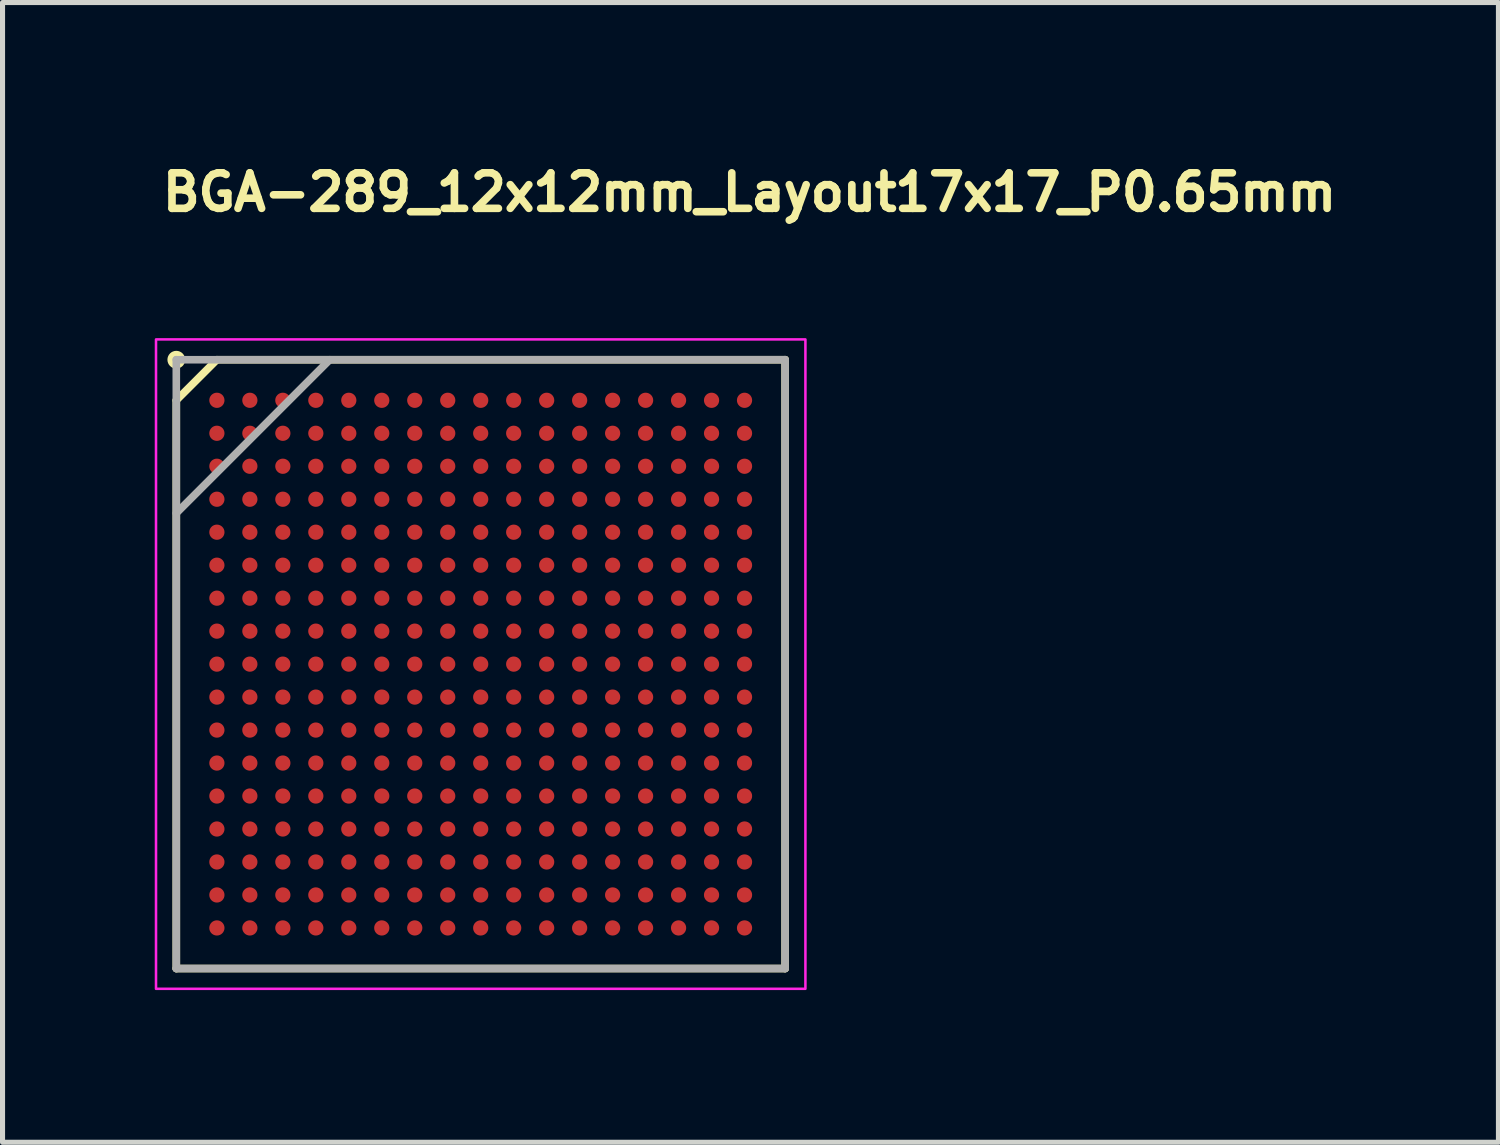
<source format=kicad_pcb>
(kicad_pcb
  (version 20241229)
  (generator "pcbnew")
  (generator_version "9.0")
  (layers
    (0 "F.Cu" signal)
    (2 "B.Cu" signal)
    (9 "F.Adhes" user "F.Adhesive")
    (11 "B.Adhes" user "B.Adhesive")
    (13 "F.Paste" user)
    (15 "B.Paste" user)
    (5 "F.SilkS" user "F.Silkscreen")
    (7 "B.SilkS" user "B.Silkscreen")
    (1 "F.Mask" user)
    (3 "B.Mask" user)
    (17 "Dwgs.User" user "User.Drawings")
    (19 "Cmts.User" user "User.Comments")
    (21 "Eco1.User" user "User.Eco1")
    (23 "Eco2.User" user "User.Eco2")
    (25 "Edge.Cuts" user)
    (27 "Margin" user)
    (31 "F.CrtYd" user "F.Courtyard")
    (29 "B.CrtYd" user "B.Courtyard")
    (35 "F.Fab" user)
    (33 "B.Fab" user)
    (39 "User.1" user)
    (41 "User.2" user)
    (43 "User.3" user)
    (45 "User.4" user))
  (footprint "BGA-289_12x12mm_Layout17x17_P0.65mm"
    (layer "F.Cu")
    (at 6.425 10.04)
    (property "Reference" "BGA-289_12x12mm_Layout17x17_P0.65mm" (at -6.35 -8.89 0) (layer "F.SilkS") (effects (font (size 0.7 0.7) (thickness 0.15)) (justify left bottom)))
    (attr smd)
    (fp_line (start -6 -5.2) (end -5.2 -6) (stroke (width 0.15) (type solid)) (layer "F.SilkS"))
    (fp_line (start -6 6) (end -6 -5.2) (stroke (width 0.15) (type solid)) (layer "F.SilkS"))
    (fp_line (start -5.2 -6) (end 6 -6) (stroke (width 0.15) (type solid)) (layer "F.SilkS"))
    (fp_line (start 6 -6) (end 6 6) (stroke (width 0.15) (type solid)) (layer "F.SilkS"))
    (fp_line (start 6 6) (end -6 6) (stroke (width 0.15) (type solid)) (layer "F.SilkS"))
    (fp_circle (center -6 -6) (end -5.9 -6) (stroke (width 0.15) (type solid)) (fill yes) (layer "F.SilkS"))
    (fp_rect (start -6.4 -6.4) (end 6.4 6.4) (stroke (width 0.05) (type solid)) (fill no) (layer "F.CrtYd"))
    (fp_line (start -6 -6) (end 6 -6) (stroke (width 0.15) (type solid)) (layer "F.Fab"))
    (fp_line (start -6 -2.975) (end -2.975 -6) (stroke (width 0.15) (type solid)) (layer "F.Fab"))
    (fp_line (start -6 6) (end -6 -6) (stroke (width 0.15) (type solid)) (layer "F.Fab"))
    (fp_line (start 6 -6) (end 6 6) (stroke (width 0.15) (type solid)) (layer "F.Fab"))
    (fp_line (start 6 6) (end -6 6) (stroke (width 0.15) (type solid)) (layer "F.Fab"))
    (fp_rect (start -6 -6) (end 6 6) (stroke (width 0.1) (type solid)) (fill no) (layer "User.5"))
    (fp_line (start -6 -6) (end 6 -6) (stroke (width 0.02) (type solid)) (layer "User.9"))
    (fp_line (start -6 6) (end -6 -6) (stroke (width 0.02) (type solid)) (layer "User.9"))
    (fp_line (start -6 6) (end 6 6) (stroke (width 0.02) (type solid)) (layer "User.9"))
    (fp_line (start -5.249 -4.539) (end -5.249 -4.461) (stroke (width 0.02) (type solid)) (layer "User.9"))
    (fp_line (start -5.249 -4.461) (end -5.241 -4.385) (stroke (width 0.02) (type solid)) (layer "User.9"))
    (fp_line (start -5.241 -4.615) (end -5.249 -4.539) (stroke (width 0.02) (type solid)) (layer "User.9"))
    (fp_line (start -5.241 -4.385) (end -5.225 -4.309) (stroke (width 0.02) (type solid)) (layer "User.9"))
    (fp_line (start -5.225 -4.691) (end -5.241 -4.615) (stroke (width 0.02) (type solid)) (layer "User.9"))
    (fp_line (start -5.225 -4.309) (end -5.202 -4.235) (stroke (width 0.02) (type solid)) (layer "User.9"))
    (fp_line (start -5.202 -4.765) (end -5.225 -4.691) (stroke (width 0.02) (type solid)) (layer "User.9"))
    (fp_line (start -5.202 -4.235) (end -5.171 -4.165) (stroke (width 0.02) (type solid)) (layer "User.9"))
    (fp_line (start -5.171 -4.835) (end -5.202 -4.765) (stroke (width 0.02) (type solid)) (layer "User.9"))
    (fp_line (start -5.171 -4.165) (end -5.133 -4.097) (stroke (width 0.02) (type solid)) (layer "User.9"))
    (fp_line (start -5.133 -4.903) (end -5.171 -4.835) (stroke (width 0.02) (type solid)) (layer "User.9"))
    (fp_line (start -5.133 -4.097) (end -5.088 -4.035) (stroke (width 0.02) (type solid)) (layer "User.9"))
    (fp_line (start -5.088 -4.965) (end -5.133 -4.903) (stroke (width 0.02) (type solid)) (layer "User.9"))
    (fp_line (start -5.088 -4.035) (end -5.037 -3.977) (stroke (width 0.02) (type solid)) (layer "User.9"))
    (fp_line (start -5.037 -5.023) (end -5.088 -4.965) (stroke (width 0.02) (type solid)) (layer "User.9"))
    (fp_line (start -5.037 -3.977) (end -4.98 -3.924) (stroke (width 0.02) (type solid)) (layer "User.9"))
    (fp_line (start -4.98 -5.076) (end -5.037 -5.023) (stroke (width 0.02) (type solid)) (layer "User.9"))
    (fp_line (start -4.98 -3.924) (end -4.919 -3.878) (stroke (width 0.02) (type solid)) (layer "User.9"))
    (fp_line (start -4.919 -5.122) (end -4.98 -5.076) (stroke (width 0.02) (type solid)) (layer "User.9"))
    (fp_line (start -4.919 -3.878) (end -4.852 -3.838) (stroke (width 0.02) (type solid)) (layer "User.9"))
    (fp_line (start -4.852 -5.162) (end -4.919 -5.122) (stroke (width 0.02) (type solid)) (layer "User.9"))
    (fp_line (start -4.852 -3.838) (end -4.783 -3.805) (stroke (width 0.02) (type solid)) (layer "User.9"))
    (fp_line (start -4.783 -5.195) (end -4.852 -5.162) (stroke (width 0.02) (type solid)) (layer "User.9"))
    (fp_line (start -4.783 -3.805) (end -4.71 -3.78) (stroke (width 0.02) (type solid)) (layer "User.9"))
    (fp_line (start -4.71 -5.22) (end -4.783 -5.195) (stroke (width 0.02) (type solid)) (layer "User.9"))
    (fp_line (start -4.71 -3.78) (end -4.634 -3.762) (stroke (width 0.02) (type solid)) (layer "User.9"))
    (fp_line (start -4.634 -5.238) (end -4.71 -5.22) (stroke (width 0.02) (type solid)) (layer "User.9"))
    (fp_line (start -4.634 -3.762) (end -4.558 -3.752) (stroke (width 0.02) (type solid)) (layer "User.9"))
    (fp_line (start -4.558 -5.248) (end -4.634 -5.238) (stroke (width 0.02) (type solid)) (layer "User.9"))
    (fp_line (start -4.558 -3.752) (end -4.481 -3.75) (stroke (width 0.02) (type solid)) (layer "User.9"))
    (fp_line (start -4.481 -5.25) (end -4.558 -5.248) (stroke (width 0.02) (type solid)) (layer "User.9"))
    (fp_line (start -4.481 -3.75) (end -4.404 -3.756) (stroke (width 0.02) (type solid)) (layer "User.9"))
    (fp_line (start -4.404 -5.244) (end -4.481 -5.25) (stroke (width 0.02) (type solid)) (layer "User.9"))
    (fp_line (start -4.404 -3.756) (end -4.328 -3.77) (stroke (width 0.02) (type solid)) (layer "User.9"))
    (fp_line (start -4.328 -5.23) (end -4.404 -5.244) (stroke (width 0.02) (type solid)) (layer "User.9"))
    (fp_line (start -4.328 -3.77) (end -4.254 -3.792) (stroke (width 0.02) (type solid)) (layer "User.9"))
    (fp_line (start -4.254 -5.208) (end -4.328 -5.23) (stroke (width 0.02) (type solid)) (layer "User.9"))
    (fp_line (start -4.254 -3.792) (end -4.182 -3.821) (stroke (width 0.02) (type solid)) (layer "User.9"))
    (fp_line (start -4.182 -5.179) (end -4.254 -5.208) (stroke (width 0.02) (type solid)) (layer "User.9"))
    (fp_line (start -4.182 -3.821) (end -4.114 -3.857) (stroke (width 0.02) (type solid)) (layer "User.9"))
    (fp_line (start -4.114 -5.143) (end -4.182 -5.179) (stroke (width 0.02) (type solid)) (layer "User.9"))
    (fp_line (start -4.114 -3.857) (end -4.05 -3.9) (stroke (width 0.02) (type solid)) (layer "User.9"))
    (fp_line (start -4.05 -5.1) (end -4.114 -5.143) (stroke (width 0.02) (type solid)) (layer "User.9"))
    (fp_line (start -4.05 -3.9) (end -3.991 -3.95) (stroke (width 0.02) (type solid)) (layer "User.9"))
    (fp_line (start -3.991 -5.05) (end -4.05 -5.1) (stroke (width 0.02) (type solid)) (layer "User.9"))
    (fp_line (start -3.991 -3.95) (end -3.937 -4.005) (stroke (width 0.02) (type solid)) (layer "User.9"))
    (fp_line (start -3.937 -4.995) (end -3.991 -5.05) (stroke (width 0.02) (type solid)) (layer "User.9"))
    (fp_line (start -3.937 -4.005) (end -3.889 -4.065) (stroke (width 0.02) (type solid)) (layer "User.9"))
    (fp_line (start -3.889 -4.935) (end -3.937 -4.995) (stroke (width 0.02) (type solid)) (layer "User.9"))
    (fp_line (start -3.889 -4.065) (end -3.847 -4.131) (stroke (width 0.02) (type solid)) (layer "User.9"))
    (fp_line (start -3.847 -4.869) (end -3.889 -4.935) (stroke (width 0.02) (type solid)) (layer "User.9"))
    (fp_line (start -3.847 -4.131) (end -3.813 -4.2) (stroke (width 0.02) (type solid)) (layer "User.9"))
    (fp_line (start -3.813 -4.8) (end -3.847 -4.869) (stroke (width 0.02) (type solid)) (layer "User.9"))
    (fp_line (start -3.813 -4.2) (end -3.786 -4.272) (stroke (width 0.02) (type solid)) (layer "User.9"))
    (fp_line (start -3.786 -4.728) (end -3.813 -4.8) (stroke (width 0.02) (type solid)) (layer "User.9"))
    (fp_line (start -3.786 -4.272) (end -3.766 -4.347) (stroke (width 0.02) (type solid)) (layer "User.9"))
    (fp_line (start -3.766 -4.653) (end -3.786 -4.728) (stroke (width 0.02) (type solid)) (layer "User.9"))
    (fp_line (start -3.766 -4.347) (end -3.754 -4.423) (stroke (width 0.02) (type solid)) (layer "User.9"))
    (fp_line (start -3.754 -4.577) (end -3.766 -4.653) (stroke (width 0.02) (type solid)) (layer "User.9"))
    (fp_line (start -3.754 -4.423) (end -3.75 -4.5) (stroke (width 0.02) (type solid)) (layer "User.9"))
    (fp_line (start -3.75 -4.5) (end -3.754 -4.577) (stroke (width 0.02) (type solid)) (layer "User.9"))
    (fp_line (start 6 6) (end 6 -6) (stroke (width 0.02) (type solid)) (layer "User.9"))
    (pad "A1" smd circle (at -5.2 -5.2 90) (size 0.3 0.3) (layers "F.Cu" "F.Mask" "F.Paste"))
    (pad "A2" smd circle (at -4.55 -5.2 90) (size 0.3 0.3) (layers "F.Cu" "F.Mask" "F.Paste"))
    (pad "A3" smd circle (at -3.9 -5.2 90) (size 0.3 0.3) (layers "F.Cu" "F.Mask" "F.Paste"))
    (pad "A4" smd circle (at -3.25 -5.2 90) (size 0.3 0.3) (layers "F.Cu" "F.Mask" "F.Paste"))
    (pad "A5" smd circle (at -2.6 -5.2 90) (size 0.3 0.3) (layers "F.Cu" "F.Mask" "F.Paste"))
    (pad "A6" smd circle (at -1.95 -5.2 90) (size 0.3 0.3) (layers "F.Cu" "F.Mask" "F.Paste"))
    (pad "A7" smd circle (at -1.3 -5.2 90) (size 0.3 0.3) (layers "F.Cu" "F.Mask" "F.Paste"))
    (pad "A8" smd circle (at -0.65 -5.2 90) (size 0.3 0.3) (layers "F.Cu" "F.Mask" "F.Paste"))
    (pad "A9" smd circle (at 0 -5.2 90) (size 0.3 0.3) (layers "F.Cu" "F.Mask" "F.Paste"))
    (pad "A10" smd circle (at 0.65 -5.2 90) (size 0.3 0.3) (layers "F.Cu" "F.Mask" "F.Paste"))
    (pad "A11" smd circle (at 1.3 -5.2 90) (size 0.3 0.3) (layers "F.Cu" "F.Mask" "F.Paste"))
    (pad "A12" smd circle (at 1.95 -5.2 90) (size 0.3 0.3) (layers "F.Cu" "F.Mask" "F.Paste"))
    (pad "A13" smd circle (at 2.6 -5.2 90) (size 0.3 0.3) (layers "F.Cu" "F.Mask" "F.Paste"))
    (pad "A14" smd circle (at 3.25 -5.2 90) (size 0.3 0.3) (layers "F.Cu" "F.Mask" "F.Paste"))
    (pad "A15" smd circle (at 3.9 -5.2 90) (size 0.3 0.3) (layers "F.Cu" "F.Mask" "F.Paste"))
    (pad "A16" smd circle (at 4.55 -5.2 90) (size 0.3 0.3) (layers "F.Cu" "F.Mask" "F.Paste"))
    (pad "A17" smd circle (at 5.2 -5.2 90) (size 0.3 0.3) (layers "F.Cu" "F.Mask" "F.Paste"))
    (pad "B1" smd circle (at -5.2 -4.55 90) (size 0.3 0.3) (layers "F.Cu" "F.Mask" "F.Paste"))
    (pad "B2" smd circle (at -4.55 -4.55 90) (size 0.3 0.3) (layers "F.Cu" "F.Mask" "F.Paste"))
    (pad "B3" smd circle (at -3.9 -4.55 90) (size 0.3 0.3) (layers "F.Cu" "F.Mask" "F.Paste"))
    (pad "B4" smd circle (at -3.25 -4.55 90) (size 0.3 0.3) (layers "F.Cu" "F.Mask" "F.Paste"))
    (pad "B5" smd circle (at -2.6 -4.55 90) (size 0.3 0.3) (layers "F.Cu" "F.Mask" "F.Paste"))
    (pad "B6" smd circle (at -1.95 -4.55 90) (size 0.3 0.3) (layers "F.Cu" "F.Mask" "F.Paste"))
    (pad "B7" smd circle (at -1.3 -4.55 90) (size 0.3 0.3) (layers "F.Cu" "F.Mask" "F.Paste"))
    (pad "B8" smd circle (at -0.65 -4.55 90) (size 0.3 0.3) (layers "F.Cu" "F.Mask" "F.Paste"))
    (pad "B9" smd circle (at 0 -4.55 90) (size 0.3 0.3) (layers "F.Cu" "F.Mask" "F.Paste"))
    (pad "B10" smd circle (at 0.65 -4.55 90) (size 0.3 0.3) (layers "F.Cu" "F.Mask" "F.Paste"))
    (pad "B11" smd circle (at 1.3 -4.55 90) (size 0.3 0.3) (layers "F.Cu" "F.Mask" "F.Paste"))
    (pad "B12" smd circle (at 1.95 -4.55 90) (size 0.3 0.3) (layers "F.Cu" "F.Mask" "F.Paste"))
    (pad "B13" smd circle (at 2.6 -4.55 90) (size 0.3 0.3) (layers "F.Cu" "F.Mask" "F.Paste"))
    (pad "B14" smd circle (at 3.25 -4.55 90) (size 0.3 0.3) (layers "F.Cu" "F.Mask" "F.Paste"))
    (pad "B15" smd circle (at 3.9 -4.55 90) (size 0.3 0.3) (layers "F.Cu" "F.Mask" "F.Paste"))
    (pad "B16" smd circle (at 4.55 -4.55 90) (size 0.3 0.3) (layers "F.Cu" "F.Mask" "F.Paste"))
    (pad "B17" smd circle (at 5.2 -4.55 90) (size 0.3 0.3) (layers "F.Cu" "F.Mask" "F.Paste"))
    (pad "C1" smd circle (at -5.2 -3.9 90) (size 0.3 0.3) (layers "F.Cu" "F.Mask" "F.Paste"))
    (pad "C2" smd circle (at -4.55 -3.9 90) (size 0.3 0.3) (layers "F.Cu" "F.Mask" "F.Paste"))
    (pad "C3" smd circle (at -3.9 -3.9 90) (size 0.3 0.3) (layers "F.Cu" "F.Mask" "F.Paste"))
    (pad "C4" smd circle (at -3.25 -3.9 90) (size 0.3 0.3) (layers "F.Cu" "F.Mask" "F.Paste"))
    (pad "C5" smd circle (at -2.6 -3.9 90) (size 0.3 0.3) (layers "F.Cu" "F.Mask" "F.Paste"))
    (pad "C6" smd circle (at -1.95 -3.9 90) (size 0.3 0.3) (layers "F.Cu" "F.Mask" "F.Paste"))
    (pad "C7" smd circle (at -1.3 -3.9 90) (size 0.3 0.3) (layers "F.Cu" "F.Mask" "F.Paste"))
    (pad "C8" smd circle (at -0.65 -3.9 90) (size 0.3 0.3) (layers "F.Cu" "F.Mask" "F.Paste"))
    (pad "C9" smd circle (at 0 -3.9 90) (size 0.3 0.3) (layers "F.Cu" "F.Mask" "F.Paste"))
    (pad "C10" smd circle (at 0.65 -3.9 90) (size 0.3 0.3) (layers "F.Cu" "F.Mask" "F.Paste"))
    (pad "C11" smd circle (at 1.3 -3.9 90) (size 0.3 0.3) (layers "F.Cu" "F.Mask" "F.Paste"))
    (pad "C12" smd circle (at 1.95 -3.9 90) (size 0.3 0.3) (layers "F.Cu" "F.Mask" "F.Paste"))
    (pad "C13" smd circle (at 2.6 -3.9 90) (size 0.3 0.3) (layers "F.Cu" "F.Mask" "F.Paste"))
    (pad "C14" smd circle (at 3.25 -3.9 90) (size 0.3 0.3) (layers "F.Cu" "F.Mask" "F.Paste"))
    (pad "C15" smd circle (at 3.9 -3.9 90) (size 0.3 0.3) (layers "F.Cu" "F.Mask" "F.Paste"))
    (pad "C16" smd circle (at 4.55 -3.9 90) (size 0.3 0.3) (layers "F.Cu" "F.Mask" "F.Paste"))
    (pad "C17" smd circle (at 5.2 -3.9 90) (size 0.3 0.3) (layers "F.Cu" "F.Mask" "F.Paste"))
    (pad "D1" smd circle (at -5.2 -3.25 90) (size 0.3 0.3) (layers "F.Cu" "F.Mask" "F.Paste"))
    (pad "D2" smd circle (at -4.55 -3.25 90) (size 0.3 0.3) (layers "F.Cu" "F.Mask" "F.Paste"))
    (pad "D3" smd circle (at -3.9 -3.25 90) (size 0.3 0.3) (layers "F.Cu" "F.Mask" "F.Paste"))
    (pad "D4" smd circle (at -3.25 -3.25 90) (size 0.3 0.3) (layers "F.Cu" "F.Mask" "F.Paste"))
    (pad "D5" smd circle (at -2.6 -3.25 90) (size 0.3 0.3) (layers "F.Cu" "F.Mask" "F.Paste"))
    (pad "D6" smd circle (at -1.95 -3.25 90) (size 0.3 0.3) (layers "F.Cu" "F.Mask" "F.Paste"))
    (pad "D7" smd circle (at -1.3 -3.25 90) (size 0.3 0.3) (layers "F.Cu" "F.Mask" "F.Paste"))
    (pad "D8" smd circle (at -0.65 -3.25 90) (size 0.3 0.3) (layers "F.Cu" "F.Mask" "F.Paste"))
    (pad "D9" smd circle (at 0 -3.25 90) (size 0.3 0.3) (layers "F.Cu" "F.Mask" "F.Paste"))
    (pad "D10" smd circle (at 0.65 -3.25 90) (size 0.3 0.3) (layers "F.Cu" "F.Mask" "F.Paste"))
    (pad "D11" smd circle (at 1.3 -3.25 90) (size 0.3 0.3) (layers "F.Cu" "F.Mask" "F.Paste"))
    (pad "D12" smd circle (at 1.95 -3.25 90) (size 0.3 0.3) (layers "F.Cu" "F.Mask" "F.Paste"))
    (pad "D13" smd circle (at 2.6 -3.25 90) (size 0.3 0.3) (layers "F.Cu" "F.Mask" "F.Paste"))
    (pad "D14" smd circle (at 3.25 -3.25 90) (size 0.3 0.3) (layers "F.Cu" "F.Mask" "F.Paste"))
    (pad "D15" smd circle (at 3.9 -3.25 90) (size 0.3 0.3) (layers "F.Cu" "F.Mask" "F.Paste"))
    (pad "D16" smd circle (at 4.55 -3.25 90) (size 0.3 0.3) (layers "F.Cu" "F.Mask" "F.Paste"))
    (pad "D17" smd circle (at 5.2 -3.25 90) (size 0.3 0.3) (layers "F.Cu" "F.Mask" "F.Paste"))
    (pad "E1" smd circle (at -5.2 -2.6 90) (size 0.3 0.3) (layers "F.Cu" "F.Mask" "F.Paste"))
    (pad "E2" smd circle (at -4.55 -2.6 90) (size 0.3 0.3) (layers "F.Cu" "F.Mask" "F.Paste"))
    (pad "E3" smd circle (at -3.9 -2.6 90) (size 0.3 0.3) (layers "F.Cu" "F.Mask" "F.Paste"))
    (pad "E4" smd circle (at -3.25 -2.6 90) (size 0.3 0.3) (layers "F.Cu" "F.Mask" "F.Paste"))
    (pad "E5" smd circle (at -2.6 -2.6 90) (size 0.3 0.3) (layers "F.Cu" "F.Mask" "F.Paste"))
    (pad "E6" smd circle (at -1.95 -2.6 90) (size 0.3 0.3) (layers "F.Cu" "F.Mask" "F.Paste"))
    (pad "E7" smd circle (at -1.3 -2.6 90) (size 0.3 0.3) (layers "F.Cu" "F.Mask" "F.Paste"))
    (pad "E8" smd circle (at -0.65 -2.6 90) (size 0.3 0.3) (layers "F.Cu" "F.Mask" "F.Paste"))
    (pad "E9" smd circle (at 0 -2.6 90) (size 0.3 0.3) (layers "F.Cu" "F.Mask" "F.Paste"))
    (pad "E10" smd circle (at 0.65 -2.6 90) (size 0.3 0.3) (layers "F.Cu" "F.Mask" "F.Paste"))
    (pad "E11" smd circle (at 1.3 -2.6 90) (size 0.3 0.3) (layers "F.Cu" "F.Mask" "F.Paste"))
    (pad "E12" smd circle (at 1.95 -2.6 90) (size 0.3 0.3) (layers "F.Cu" "F.Mask" "F.Paste"))
    (pad "E13" smd circle (at 2.6 -2.6 90) (size 0.3 0.3) (layers "F.Cu" "F.Mask" "F.Paste"))
    (pad "E14" smd circle (at 3.25 -2.6 90) (size 0.3 0.3) (layers "F.Cu" "F.Mask" "F.Paste"))
    (pad "E15" smd circle (at 3.9 -2.6 90) (size 0.3 0.3) (layers "F.Cu" "F.Mask" "F.Paste"))
    (pad "E16" smd circle (at 4.55 -2.6 90) (size 0.3 0.3) (layers "F.Cu" "F.Mask" "F.Paste"))
    (pad "E17" smd circle (at 5.2 -2.6 90) (size 0.3 0.3) (layers "F.Cu" "F.Mask" "F.Paste"))
    (pad "F1" smd circle (at -5.2 -1.95 90) (size 0.3 0.3) (layers "F.Cu" "F.Mask" "F.Paste"))
    (pad "F2" smd circle (at -4.55 -1.95 90) (size 0.3 0.3) (layers "F.Cu" "F.Mask" "F.Paste"))
    (pad "F3" smd circle (at -3.9 -1.95 90) (size 0.3 0.3) (layers "F.Cu" "F.Mask" "F.Paste"))
    (pad "F4" smd circle (at -3.25 -1.95 90) (size 0.3 0.3) (layers "F.Cu" "F.Mask" "F.Paste"))
    (pad "F5" smd circle (at -2.6 -1.95 90) (size 0.3 0.3) (layers "F.Cu" "F.Mask" "F.Paste"))
    (pad "F6" smd circle (at -1.95 -1.95 90) (size 0.3 0.3) (layers "F.Cu" "F.Mask" "F.Paste"))
    (pad "F7" smd circle (at -1.3 -1.95 90) (size 0.3 0.3) (layers "F.Cu" "F.Mask" "F.Paste"))
    (pad "F8" smd circle (at -0.65 -1.95 90) (size 0.3 0.3) (layers "F.Cu" "F.Mask" "F.Paste"))
    (pad "F9" smd circle (at 0 -1.95 90) (size 0.3 0.3) (layers "F.Cu" "F.Mask" "F.Paste"))
    (pad "F10" smd circle (at 0.65 -1.95 90) (size 0.3 0.3) (layers "F.Cu" "F.Mask" "F.Paste"))
    (pad "F11" smd circle (at 1.3 -1.95 90) (size 0.3 0.3) (layers "F.Cu" "F.Mask" "F.Paste"))
    (pad "F12" smd circle (at 1.95 -1.95 90) (size 0.3 0.3) (layers "F.Cu" "F.Mask" "F.Paste"))
    (pad "F13" smd circle (at 2.6 -1.95 90) (size 0.3 0.3) (layers "F.Cu" "F.Mask" "F.Paste"))
    (pad "F14" smd circle (at 3.25 -1.95 90) (size 0.3 0.3) (layers "F.Cu" "F.Mask" "F.Paste"))
    (pad "F15" smd circle (at 3.9 -1.95 90) (size 0.3 0.3) (layers "F.Cu" "F.Mask" "F.Paste"))
    (pad "F16" smd circle (at 4.55 -1.95 90) (size 0.3 0.3) (layers "F.Cu" "F.Mask" "F.Paste"))
    (pad "F17" smd circle (at 5.2 -1.95 90) (size 0.3 0.3) (layers "F.Cu" "F.Mask" "F.Paste"))
    (pad "G1" smd circle (at -5.2 -1.3 90) (size 0.3 0.3) (layers "F.Cu" "F.Mask" "F.Paste"))
    (pad "G2" smd circle (at -4.55 -1.3 90) (size 0.3 0.3) (layers "F.Cu" "F.Mask" "F.Paste"))
    (pad "G3" smd circle (at -3.9 -1.3 90) (size 0.3 0.3) (layers "F.Cu" "F.Mask" "F.Paste"))
    (pad "G4" smd circle (at -3.25 -1.3 90) (size 0.3 0.3) (layers "F.Cu" "F.Mask" "F.Paste"))
    (pad "G5" smd circle (at -2.6 -1.3 90) (size 0.3 0.3) (layers "F.Cu" "F.Mask" "F.Paste"))
    (pad "G6" smd circle (at -1.95 -1.3 90) (size 0.3 0.3) (layers "F.Cu" "F.Mask" "F.Paste"))
    (pad "G7" smd circle (at -1.3 -1.3 90) (size 0.3 0.3) (layers "F.Cu" "F.Mask" "F.Paste"))
    (pad "G8" smd circle (at -0.65 -1.3 90) (size 0.3 0.3) (layers "F.Cu" "F.Mask" "F.Paste"))
    (pad "G9" smd circle (at 0 -1.3 90) (size 0.3 0.3) (layers "F.Cu" "F.Mask" "F.Paste"))
    (pad "G10" smd circle (at 0.65 -1.3 90) (size 0.3 0.3) (layers "F.Cu" "F.Mask" "F.Paste"))
    (pad "G11" smd circle (at 1.3 -1.3 90) (size 0.3 0.3) (layers "F.Cu" "F.Mask" "F.Paste"))
    (pad "G12" smd circle (at 1.95 -1.3 90) (size 0.3 0.3) (layers "F.Cu" "F.Mask" "F.Paste"))
    (pad "G13" smd circle (at 2.6 -1.3 90) (size 0.3 0.3) (layers "F.Cu" "F.Mask" "F.Paste"))
    (pad "G14" smd circle (at 3.25 -1.3 90) (size 0.3 0.3) (layers "F.Cu" "F.Mask" "F.Paste"))
    (pad "G15" smd circle (at 3.9 -1.3 90) (size 0.3 0.3) (layers "F.Cu" "F.Mask" "F.Paste"))
    (pad "G16" smd circle (at 4.55 -1.3 90) (size 0.3 0.3) (layers "F.Cu" "F.Mask" "F.Paste"))
    (pad "G17" smd circle (at 5.2 -1.3 90) (size 0.3 0.3) (layers "F.Cu" "F.Mask" "F.Paste"))
    (pad "H1" smd circle (at -5.2 -0.65 90) (size 0.3 0.3) (layers "F.Cu" "F.Mask" "F.Paste"))
    (pad "H2" smd circle (at -4.55 -0.65 90) (size 0.3 0.3) (layers "F.Cu" "F.Mask" "F.Paste"))
    (pad "H3" smd circle (at -3.9 -0.65 90) (size 0.3 0.3) (layers "F.Cu" "F.Mask" "F.Paste"))
    (pad "H4" smd circle (at -3.25 -0.65 90) (size 0.3 0.3) (layers "F.Cu" "F.Mask" "F.Paste"))
    (pad "H5" smd circle (at -2.6 -0.65 90) (size 0.3 0.3) (layers "F.Cu" "F.Mask" "F.Paste"))
    (pad "H6" smd circle (at -1.95 -0.65 90) (size 0.3 0.3) (layers "F.Cu" "F.Mask" "F.Paste"))
    (pad "H7" smd circle (at -1.3 -0.65 90) (size 0.3 0.3) (layers "F.Cu" "F.Mask" "F.Paste"))
    (pad "H8" smd circle (at -0.65 -0.65 90) (size 0.3 0.3) (layers "F.Cu" "F.Mask" "F.Paste"))
    (pad "H9" smd circle (at 0 -0.65 90) (size 0.3 0.3) (layers "F.Cu" "F.Mask" "F.Paste"))
    (pad "H10" smd circle (at 0.65 -0.65 90) (size 0.3 0.3) (layers "F.Cu" "F.Mask" "F.Paste"))
    (pad "H11" smd circle (at 1.3 -0.65 90) (size 0.3 0.3) (layers "F.Cu" "F.Mask" "F.Paste"))
    (pad "H12" smd circle (at 1.95 -0.65 90) (size 0.3 0.3) (layers "F.Cu" "F.Mask" "F.Paste"))
    (pad "H13" smd circle (at 2.6 -0.65 90) (size 0.3 0.3) (layers "F.Cu" "F.Mask" "F.Paste"))
    (pad "H14" smd circle (at 3.25 -0.65 90) (size 0.3 0.3) (layers "F.Cu" "F.Mask" "F.Paste"))
    (pad "H15" smd circle (at 3.9 -0.65 90) (size 0.3 0.3) (layers "F.Cu" "F.Mask" "F.Paste"))
    (pad "H16" smd circle (at 4.55 -0.65 90) (size 0.3 0.3) (layers "F.Cu" "F.Mask" "F.Paste"))
    (pad "H17" smd circle (at 5.2 -0.65 90) (size 0.3 0.3) (layers "F.Cu" "F.Mask" "F.Paste"))
    (pad "J1" smd circle (at -5.2 0 90) (size 0.3 0.3) (layers "F.Cu" "F.Mask" "F.Paste"))
    (pad "J2" smd circle (at -4.55 0 90) (size 0.3 0.3) (layers "F.Cu" "F.Mask" "F.Paste"))
    (pad "J3" smd circle (at -3.9 0 90) (size 0.3 0.3) (layers "F.Cu" "F.Mask" "F.Paste"))
    (pad "J4" smd circle (at -3.25 0 90) (size 0.3 0.3) (layers "F.Cu" "F.Mask" "F.Paste"))
    (pad "J5" smd circle (at -2.6 0 90) (size 0.3 0.3) (layers "F.Cu" "F.Mask" "F.Paste"))
    (pad "J6" smd circle (at -1.95 0 90) (size 0.3 0.3) (layers "F.Cu" "F.Mask" "F.Paste"))
    (pad "J7" smd circle (at -1.3 0 90) (size 0.3 0.3) (layers "F.Cu" "F.Mask" "F.Paste"))
    (pad "J8" smd circle (at -0.65 0 90) (size 0.3 0.3) (layers "F.Cu" "F.Mask" "F.Paste"))
    (pad "J9" smd circle (at 0 0 90) (size 0.3 0.3) (layers "F.Cu" "F.Mask" "F.Paste"))
    (pad "J10" smd circle (at 0.65 0 90) (size 0.3 0.3) (layers "F.Cu" "F.Mask" "F.Paste"))
    (pad "J11" smd circle (at 1.3 0 90) (size 0.3 0.3) (layers "F.Cu" "F.Mask" "F.Paste"))
    (pad "J12" smd circle (at 1.95 0 90) (size 0.3 0.3) (layers "F.Cu" "F.Mask" "F.Paste"))
    (pad "J13" smd circle (at 2.6 0 90) (size 0.3 0.3) (layers "F.Cu" "F.Mask" "F.Paste"))
    (pad "J14" smd circle (at 3.25 0 90) (size 0.3 0.3) (layers "F.Cu" "F.Mask" "F.Paste"))
    (pad "J15" smd circle (at 3.9 0 90) (size 0.3 0.3) (layers "F.Cu" "F.Mask" "F.Paste"))
    (pad "J16" smd circle (at 4.55 0 90) (size 0.3 0.3) (layers "F.Cu" "F.Mask" "F.Paste"))
    (pad "J17" smd circle (at 5.2 0 90) (size 0.3 0.3) (layers "F.Cu" "F.Mask" "F.Paste"))
    (pad "K1" smd circle (at -5.2 0.65 90) (size 0.3 0.3) (layers "F.Cu" "F.Mask" "F.Paste"))
    (pad "K2" smd circle (at -4.55 0.65 90) (size 0.3 0.3) (layers "F.Cu" "F.Mask" "F.Paste"))
    (pad "K3" smd circle (at -3.9 0.65 90) (size 0.3 0.3) (layers "F.Cu" "F.Mask" "F.Paste"))
    (pad "K4" smd circle (at -3.25 0.65 90) (size 0.3 0.3) (layers "F.Cu" "F.Mask" "F.Paste"))
    (pad "K5" smd circle (at -2.6 0.65 90) (size 0.3 0.3) (layers "F.Cu" "F.Mask" "F.Paste"))
    (pad "K6" smd circle (at -1.95 0.65 90) (size 0.3 0.3) (layers "F.Cu" "F.Mask" "F.Paste"))
    (pad "K7" smd circle (at -1.3 0.65 90) (size 0.3 0.3) (layers "F.Cu" "F.Mask" "F.Paste"))
    (pad "K8" smd circle (at -0.65 0.65 90) (size 0.3 0.3) (layers "F.Cu" "F.Mask" "F.Paste"))
    (pad "K9" smd circle (at 0 0.65 90) (size 0.3 0.3) (layers "F.Cu" "F.Mask" "F.Paste"))
    (pad "K10" smd circle (at 0.65 0.65 90) (size 0.3 0.3) (layers "F.Cu" "F.Mask" "F.Paste"))
    (pad "K11" smd circle (at 1.3 0.65 90) (size 0.3 0.3) (layers "F.Cu" "F.Mask" "F.Paste"))
    (pad "K12" smd circle (at 1.95 0.65 90) (size 0.3 0.3) (layers "F.Cu" "F.Mask" "F.Paste"))
    (pad "K13" smd circle (at 2.6 0.65 90) (size 0.3 0.3) (layers "F.Cu" "F.Mask" "F.Paste"))
    (pad "K14" smd circle (at 3.25 0.65 90) (size 0.3 0.3) (layers "F.Cu" "F.Mask" "F.Paste"))
    (pad "K15" smd circle (at 3.9 0.65 90) (size 0.3 0.3) (layers "F.Cu" "F.Mask" "F.Paste"))
    (pad "K16" smd circle (at 4.55 0.65 90) (size 0.3 0.3) (layers "F.Cu" "F.Mask" "F.Paste"))
    (pad "K17" smd circle (at 5.2 0.65 90) (size 0.3 0.3) (layers "F.Cu" "F.Mask" "F.Paste"))
    (pad "L1" smd circle (at -5.2 1.3 90) (size 0.3 0.3) (layers "F.Cu" "F.Mask" "F.Paste"))
    (pad "L2" smd circle (at -4.55 1.3 90) (size 0.3 0.3) (layers "F.Cu" "F.Mask" "F.Paste"))
    (pad "L3" smd circle (at -3.9 1.3 90) (size 0.3 0.3) (layers "F.Cu" "F.Mask" "F.Paste"))
    (pad "L4" smd circle (at -3.25 1.3 90) (size 0.3 0.3) (layers "F.Cu" "F.Mask" "F.Paste"))
    (pad "L5" smd circle (at -2.6 1.3 90) (size 0.3 0.3) (layers "F.Cu" "F.Mask" "F.Paste"))
    (pad "L6" smd circle (at -1.95 1.3 90) (size 0.3 0.3) (layers "F.Cu" "F.Mask" "F.Paste"))
    (pad "L7" smd circle (at -1.3 1.3 90) (size 0.3 0.3) (layers "F.Cu" "F.Mask" "F.Paste"))
    (pad "L8" smd circle (at -0.65 1.3 90) (size 0.3 0.3) (layers "F.Cu" "F.Mask" "F.Paste"))
    (pad "L9" smd circle (at 0 1.3 90) (size 0.3 0.3) (layers "F.Cu" "F.Mask" "F.Paste"))
    (pad "L10" smd circle (at 0.65 1.3 90) (size 0.3 0.3) (layers "F.Cu" "F.Mask" "F.Paste"))
    (pad "L11" smd circle (at 1.3 1.3 90) (size 0.3 0.3) (layers "F.Cu" "F.Mask" "F.Paste"))
    (pad "L12" smd circle (at 1.95 1.3 90) (size 0.3 0.3) (layers "F.Cu" "F.Mask" "F.Paste"))
    (pad "L13" smd circle (at 2.6 1.3 90) (size 0.3 0.3) (layers "F.Cu" "F.Mask" "F.Paste"))
    (pad "L14" smd circle (at 3.25 1.3 90) (size 0.3 0.3) (layers "F.Cu" "F.Mask" "F.Paste"))
    (pad "L15" smd circle (at 3.9 1.3 90) (size 0.3 0.3) (layers "F.Cu" "F.Mask" "F.Paste"))
    (pad "L16" smd circle (at 4.55 1.3 90) (size 0.3 0.3) (layers "F.Cu" "F.Mask" "F.Paste"))
    (pad "L17" smd circle (at 5.2 1.3 90) (size 0.3 0.3) (layers "F.Cu" "F.Mask" "F.Paste"))
    (pad "M1" smd circle (at -5.2 1.95 90) (size 0.3 0.3) (layers "F.Cu" "F.Mask" "F.Paste"))
    (pad "M2" smd circle (at -4.55 1.95 90) (size 0.3 0.3) (layers "F.Cu" "F.Mask" "F.Paste"))
    (pad "M3" smd circle (at -3.9 1.95 90) (size 0.3 0.3) (layers "F.Cu" "F.Mask" "F.Paste"))
    (pad "M4" smd circle (at -3.25 1.95 90) (size 0.3 0.3) (layers "F.Cu" "F.Mask" "F.Paste"))
    (pad "M5" smd circle (at -2.6 1.95 90) (size 0.3 0.3) (layers "F.Cu" "F.Mask" "F.Paste"))
    (pad "M6" smd circle (at -1.95 1.95 90) (size 0.3 0.3) (layers "F.Cu" "F.Mask" "F.Paste"))
    (pad "M7" smd circle (at -1.3 1.95 90) (size 0.3 0.3) (layers "F.Cu" "F.Mask" "F.Paste"))
    (pad "M8" smd circle (at -0.65 1.95 90) (size 0.3 0.3) (layers "F.Cu" "F.Mask" "F.Paste"))
    (pad "M9" smd circle (at 0 1.95 90) (size 0.3 0.3) (layers "F.Cu" "F.Mask" "F.Paste"))
    (pad "M10" smd circle (at 0.65 1.95 90) (size 0.3 0.3) (layers "F.Cu" "F.Mask" "F.Paste"))
    (pad "M11" smd circle (at 1.3 1.95 90) (size 0.3 0.3) (layers "F.Cu" "F.Mask" "F.Paste"))
    (pad "M12" smd circle (at 1.95 1.95 90) (size 0.3 0.3) (layers "F.Cu" "F.Mask" "F.Paste"))
    (pad "M13" smd circle (at 2.6 1.95 90) (size 0.3 0.3) (layers "F.Cu" "F.Mask" "F.Paste"))
    (pad "M14" smd circle (at 3.25 1.95 90) (size 0.3 0.3) (layers "F.Cu" "F.Mask" "F.Paste"))
    (pad "M15" smd circle (at 3.9 1.95 90) (size 0.3 0.3) (layers "F.Cu" "F.Mask" "F.Paste"))
    (pad "M16" smd circle (at 4.55 1.95 90) (size 0.3 0.3) (layers "F.Cu" "F.Mask" "F.Paste"))
    (pad "M17" smd circle (at 5.2 1.95 90) (size 0.3 0.3) (layers "F.Cu" "F.Mask" "F.Paste"))
    (pad "N1" smd circle (at -5.2 2.6 90) (size 0.3 0.3) (layers "F.Cu" "F.Mask" "F.Paste"))
    (pad "N2" smd circle (at -4.55 2.6 90) (size 0.3 0.3) (layers "F.Cu" "F.Mask" "F.Paste"))
    (pad "N3" smd circle (at -3.9 2.6 90) (size 0.3 0.3) (layers "F.Cu" "F.Mask" "F.Paste"))
    (pad "N4" smd circle (at -3.25 2.6 90) (size 0.3 0.3) (layers "F.Cu" "F.Mask" "F.Paste"))
    (pad "N5" smd circle (at -2.6 2.6 90) (size 0.3 0.3) (layers "F.Cu" "F.Mask" "F.Paste"))
    (pad "N6" smd circle (at -1.95 2.6 90) (size 0.3 0.3) (layers "F.Cu" "F.Mask" "F.Paste"))
    (pad "N7" smd circle (at -1.3 2.6 90) (size 0.3 0.3) (layers "F.Cu" "F.Mask" "F.Paste"))
    (pad "N8" smd circle (at -0.65 2.6 90) (size 0.3 0.3) (layers "F.Cu" "F.Mask" "F.Paste"))
    (pad "N9" smd circle (at 0 2.6 90) (size 0.3 0.3) (layers "F.Cu" "F.Mask" "F.Paste"))
    (pad "N10" smd circle (at 0.65 2.6 90) (size 0.3 0.3) (layers "F.Cu" "F.Mask" "F.Paste"))
    (pad "N11" smd circle (at 1.3 2.6 90) (size 0.3 0.3) (layers "F.Cu" "F.Mask" "F.Paste"))
    (pad "N12" smd circle (at 1.95 2.6 90) (size 0.3 0.3) (layers "F.Cu" "F.Mask" "F.Paste"))
    (pad "N13" smd circle (at 2.6 2.6 90) (size 0.3 0.3) (layers "F.Cu" "F.Mask" "F.Paste"))
    (pad "N14" smd circle (at 3.25 2.6 90) (size 0.3 0.3) (layers "F.Cu" "F.Mask" "F.Paste"))
    (pad "N15" smd circle (at 3.9 2.6 90) (size 0.3 0.3) (layers "F.Cu" "F.Mask" "F.Paste"))
    (pad "N16" smd circle (at 4.55 2.6 90) (size 0.3 0.3) (layers "F.Cu" "F.Mask" "F.Paste"))
    (pad "N17" smd circle (at 5.2 2.6 90) (size 0.3 0.3) (layers "F.Cu" "F.Mask" "F.Paste"))
    (pad "P1" smd circle (at -5.2 3.25 90) (size 0.3 0.3) (layers "F.Cu" "F.Mask" "F.Paste"))
    (pad "P2" smd circle (at -4.55 3.25 90) (size 0.3 0.3) (layers "F.Cu" "F.Mask" "F.Paste"))
    (pad "P3" smd circle (at -3.9 3.25 90) (size 0.3 0.3) (layers "F.Cu" "F.Mask" "F.Paste"))
    (pad "P4" smd circle (at -3.25 3.25 90) (size 0.3 0.3) (layers "F.Cu" "F.Mask" "F.Paste"))
    (pad "P5" smd circle (at -2.6 3.25 90) (size 0.3 0.3) (layers "F.Cu" "F.Mask" "F.Paste"))
    (pad "P6" smd circle (at -1.95 3.25 90) (size 0.3 0.3) (layers "F.Cu" "F.Mask" "F.Paste"))
    (pad "P7" smd circle (at -1.3 3.25 90) (size 0.3 0.3) (layers "F.Cu" "F.Mask" "F.Paste"))
    (pad "P8" smd circle (at -0.65 3.25 90) (size 0.3 0.3) (layers "F.Cu" "F.Mask" "F.Paste"))
    (pad "P9" smd circle (at 0 3.25 90) (size 0.3 0.3) (layers "F.Cu" "F.Mask" "F.Paste"))
    (pad "P10" smd circle (at 0.65 3.25 90) (size 0.3 0.3) (layers "F.Cu" "F.Mask" "F.Paste"))
    (pad "P11" smd circle (at 1.3 3.25 90) (size 0.3 0.3) (layers "F.Cu" "F.Mask" "F.Paste"))
    (pad "P12" smd circle (at 1.95 3.25 90) (size 0.3 0.3) (layers "F.Cu" "F.Mask" "F.Paste"))
    (pad "P13" smd circle (at 2.6 3.25 90) (size 0.3 0.3) (layers "F.Cu" "F.Mask" "F.Paste"))
    (pad "P14" smd circle (at 3.25 3.25 90) (size 0.3 0.3) (layers "F.Cu" "F.Mask" "F.Paste"))
    (pad "P15" smd circle (at 3.9 3.25 90) (size 0.3 0.3) (layers "F.Cu" "F.Mask" "F.Paste"))
    (pad "P16" smd circle (at 4.55 3.25 90) (size 0.3 0.3) (layers "F.Cu" "F.Mask" "F.Paste"))
    (pad "P17" smd circle (at 5.2 3.25 90) (size 0.3 0.3) (layers "F.Cu" "F.Mask" "F.Paste"))
    (pad "R1" smd circle (at -5.2 3.9 90) (size 0.3 0.3) (layers "F.Cu" "F.Mask" "F.Paste"))
    (pad "R2" smd circle (at -4.55 3.9 90) (size 0.3 0.3) (layers "F.Cu" "F.Mask" "F.Paste"))
    (pad "R3" smd circle (at -3.9 3.9 90) (size 0.3 0.3) (layers "F.Cu" "F.Mask" "F.Paste"))
    (pad "R4" smd circle (at -3.25 3.9 90) (size 0.3 0.3) (layers "F.Cu" "F.Mask" "F.Paste"))
    (pad "R5" smd circle (at -2.6 3.9 90) (size 0.3 0.3) (layers "F.Cu" "F.Mask" "F.Paste"))
    (pad "R6" smd circle (at -1.95 3.9 90) (size 0.3 0.3) (layers "F.Cu" "F.Mask" "F.Paste"))
    (pad "R7" smd circle (at -1.3 3.9 90) (size 0.3 0.3) (layers "F.Cu" "F.Mask" "F.Paste"))
    (pad "R8" smd circle (at -0.65 3.9 90) (size 0.3 0.3) (layers "F.Cu" "F.Mask" "F.Paste"))
    (pad "R9" smd circle (at 0 3.9 90) (size 0.3 0.3) (layers "F.Cu" "F.Mask" "F.Paste"))
    (pad "R10" smd circle (at 0.65 3.9 90) (size 0.3 0.3) (layers "F.Cu" "F.Mask" "F.Paste"))
    (pad "R11" smd circle (at 1.3 3.9 90) (size 0.3 0.3) (layers "F.Cu" "F.Mask" "F.Paste"))
    (pad "R12" smd circle (at 1.95 3.9 90) (size 0.3 0.3) (layers "F.Cu" "F.Mask" "F.Paste"))
    (pad "R13" smd circle (at 2.6 3.9 90) (size 0.3 0.3) (layers "F.Cu" "F.Mask" "F.Paste"))
    (pad "R14" smd circle (at 3.25 3.9 90) (size 0.3 0.3) (layers "F.Cu" "F.Mask" "F.Paste"))
    (pad "R15" smd circle (at 3.9 3.9 90) (size 0.3 0.3) (layers "F.Cu" "F.Mask" "F.Paste"))
    (pad "R16" smd circle (at 4.55 3.9 90) (size 0.3 0.3) (layers "F.Cu" "F.Mask" "F.Paste"))
    (pad "R17" smd circle (at 5.2 3.9 90) (size 0.3 0.3) (layers "F.Cu" "F.Mask" "F.Paste"))
    (pad "T1" smd circle (at -5.2 4.55 90) (size 0.3 0.3) (layers "F.Cu" "F.Mask" "F.Paste"))
    (pad "T2" smd circle (at -4.55 4.55 90) (size 0.3 0.3) (layers "F.Cu" "F.Mask" "F.Paste"))
    (pad "T3" smd circle (at -3.9 4.55 90) (size 0.3 0.3) (layers "F.Cu" "F.Mask" "F.Paste"))
    (pad "T4" smd circle (at -3.25 4.55 90) (size 0.3 0.3) (layers "F.Cu" "F.Mask" "F.Paste"))
    (pad "T5" smd circle (at -2.6 4.55 90) (size 0.3 0.3) (layers "F.Cu" "F.Mask" "F.Paste"))
    (pad "T6" smd circle (at -1.95 4.55 90) (size 0.3 0.3) (layers "F.Cu" "F.Mask" "F.Paste"))
    (pad "T7" smd circle (at -1.3 4.55 90) (size 0.3 0.3) (layers "F.Cu" "F.Mask" "F.Paste"))
    (pad "T8" smd circle (at -0.65 4.55 90) (size 0.3 0.3) (layers "F.Cu" "F.Mask" "F.Paste"))
    (pad "T9" smd circle (at 0 4.55 90) (size 0.3 0.3) (layers "F.Cu" "F.Mask" "F.Paste"))
    (pad "T10" smd circle (at 0.65 4.55 90) (size 0.3 0.3) (layers "F.Cu" "F.Mask" "F.Paste"))
    (pad "T11" smd circle (at 1.3 4.55 90) (size 0.3 0.3) (layers "F.Cu" "F.Mask" "F.Paste"))
    (pad "T12" smd circle (at 1.95 4.55 90) (size 0.3 0.3) (layers "F.Cu" "F.Mask" "F.Paste"))
    (pad "T13" smd circle (at 2.6 4.55 90) (size 0.3 0.3) (layers "F.Cu" "F.Mask" "F.Paste"))
    (pad "T14" smd circle (at 3.25 4.55 90) (size 0.3 0.3) (layers "F.Cu" "F.Mask" "F.Paste"))
    (pad "T15" smd circle (at 3.9 4.55 90) (size 0.3 0.3) (layers "F.Cu" "F.Mask" "F.Paste"))
    (pad "T16" smd circle (at 4.55 4.55 90) (size 0.3 0.3) (layers "F.Cu" "F.Mask" "F.Paste"))
    (pad "T17" smd circle (at 5.2 4.55 90) (size 0.3 0.3) (layers "F.Cu" "F.Mask" "F.Paste"))
    (pad "U1" smd circle (at -5.2 5.2 90) (size 0.3 0.3) (layers "F.Cu" "F.Mask" "F.Paste"))
    (pad "U2" smd circle (at -4.55 5.2 90) (size 0.3 0.3) (layers "F.Cu" "F.Mask" "F.Paste"))
    (pad "U3" smd circle (at -3.9 5.2 90) (size 0.3 0.3) (layers "F.Cu" "F.Mask" "F.Paste"))
    (pad "U4" smd circle (at -3.25 5.2 90) (size 0.3 0.3) (layers "F.Cu" "F.Mask" "F.Paste"))
    (pad "U5" smd circle (at -2.6 5.2 90) (size 0.3 0.3) (layers "F.Cu" "F.Mask" "F.Paste"))
    (pad "U6" smd circle (at -1.95 5.2 90) (size 0.3 0.3) (layers "F.Cu" "F.Mask" "F.Paste"))
    (pad "U7" smd circle (at -1.3 5.2 90) (size 0.3 0.3) (layers "F.Cu" "F.Mask" "F.Paste"))
    (pad "U8" smd circle (at -0.65 5.2 90) (size 0.3 0.3) (layers "F.Cu" "F.Mask" "F.Paste"))
    (pad "U9" smd circle (at 0 5.2 90) (size 0.3 0.3) (layers "F.Cu" "F.Mask" "F.Paste"))
    (pad "U10" smd circle (at 0.65 5.2 90) (size 0.3 0.3) (layers "F.Cu" "F.Mask" "F.Paste"))
    (pad "U11" smd circle (at 1.3 5.2 90) (size 0.3 0.3) (layers "F.Cu" "F.Mask" "F.Paste"))
    (pad "U12" smd circle (at 1.95 5.2 90) (size 0.3 0.3) (layers "F.Cu" "F.Mask" "F.Paste"))
    (pad "U13" smd circle (at 2.6 5.2 90) (size 0.3 0.3) (layers "F.Cu" "F.Mask" "F.Paste"))
    (pad "U14" smd circle (at 3.25 5.2 90) (size 0.3 0.3) (layers "F.Cu" "F.Mask" "F.Paste"))
    (pad "U15" smd circle (at 3.9 5.2 90) (size 0.3 0.3) (layers "F.Cu" "F.Mask" "F.Paste"))
    (pad "U16" smd circle (at 4.55 5.2 90) (size 0.3 0.3) (layers "F.Cu" "F.Mask" "F.Paste"))
    (pad "U17" smd circle (at 5.2 5.2 90) (size 0.3 0.3) (layers "F.Cu" "F.Mask" "F.Paste")))
  (gr_rect
    (start -3 -3)
    (end 26.485 19.465)
    (stroke (width 0.1) (type default))
    (fill no)
    (layer "Edge.Cuts")))
</source>
